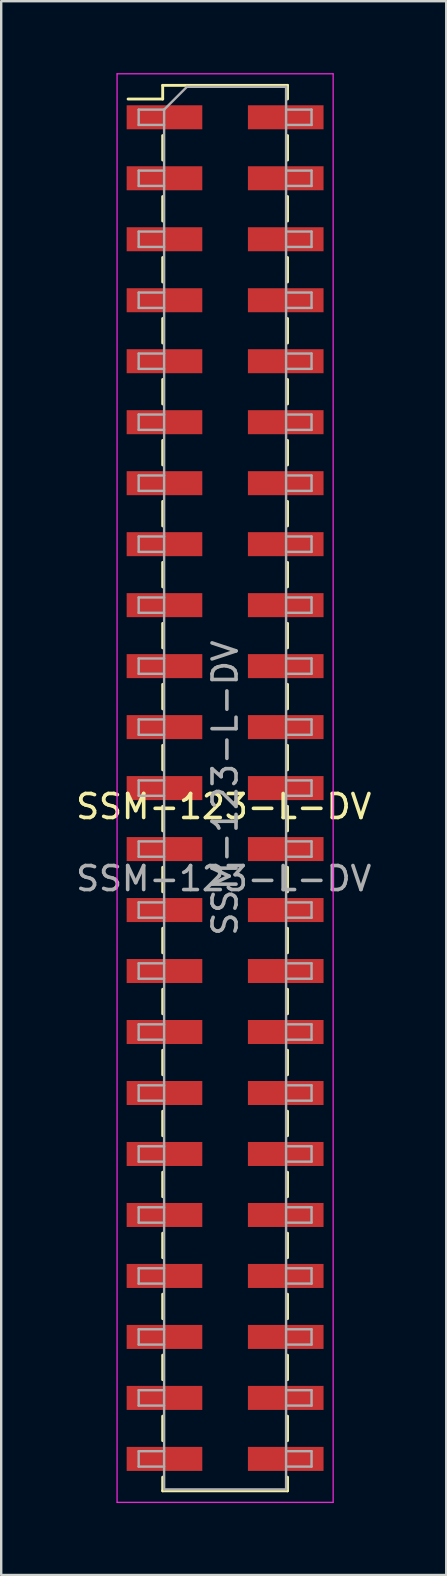
<source format=kicad_pcb>
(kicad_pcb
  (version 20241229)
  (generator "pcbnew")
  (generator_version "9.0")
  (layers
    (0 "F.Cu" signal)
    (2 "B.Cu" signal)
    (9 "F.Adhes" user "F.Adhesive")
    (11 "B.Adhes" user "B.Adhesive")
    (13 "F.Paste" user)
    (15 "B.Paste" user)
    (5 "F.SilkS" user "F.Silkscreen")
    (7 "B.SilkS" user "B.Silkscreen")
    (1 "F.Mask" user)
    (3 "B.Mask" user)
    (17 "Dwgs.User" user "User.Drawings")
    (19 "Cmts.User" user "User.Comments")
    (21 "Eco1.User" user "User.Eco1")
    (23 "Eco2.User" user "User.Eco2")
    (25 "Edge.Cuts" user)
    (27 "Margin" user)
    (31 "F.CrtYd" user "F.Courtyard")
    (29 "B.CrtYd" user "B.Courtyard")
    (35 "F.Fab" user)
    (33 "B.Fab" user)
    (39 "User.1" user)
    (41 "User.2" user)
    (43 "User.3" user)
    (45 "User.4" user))
  (footprint "SSM-123-L-DV"
    (layer "F.Cu")
    (at 6.326 29.775)
    (property "Reference" "SSM-123-L-DV" (at -0.058 0.77 0) (unlocked yes) (layer "F.SilkS") (effects (font (size 1 1) (thickness 0.15))))
    (attr smd)
    (fp_line (start -4.04 -28.7) (end -2.6 -28.7) (stroke (width 0.12) (type solid)) (layer "F.SilkS"))
    (fp_line (start -2.6 -29.27) (end -2.6 -28.7) (stroke (width 0.12) (type solid)) (layer "F.SilkS"))
    (fp_line (start -2.6 -29.27) (end 2.6 -29.27) (stroke (width 0.12) (type solid)) (layer "F.SilkS"))
    (fp_line (start -2.6 -27.18) (end -2.6 -26.16) (stroke (width 0.12) (type solid)) (layer "F.SilkS"))
    (fp_line (start -2.6 -24.64) (end -2.6 -23.62) (stroke (width 0.12) (type solid)) (layer "F.SilkS"))
    (fp_line (start -2.6 -22.1) (end -2.6 -21.08) (stroke (width 0.12) (type solid)) (layer "F.SilkS"))
    (fp_line (start -2.6 -19.56) (end -2.6 -18.54) (stroke (width 0.12) (type solid)) (layer "F.SilkS"))
    (fp_line (start -2.6 -17.02) (end -2.6 -16) (stroke (width 0.12) (type solid)) (layer "F.SilkS"))
    (fp_line (start -2.6 -14.48) (end -2.6 -13.46) (stroke (width 0.12) (type solid)) (layer "F.SilkS"))
    (fp_line (start -2.6 -11.94) (end -2.6 -10.92) (stroke (width 0.12) (type solid)) (layer "F.SilkS"))
    (fp_line (start -2.6 -9.4) (end -2.6 -8.38) (stroke (width 0.12) (type solid)) (layer "F.SilkS"))
    (fp_line (start -2.6 -6.86) (end -2.6 -5.84) (stroke (width 0.12) (type solid)) (layer "F.SilkS"))
    (fp_line (start -2.6 -4.32) (end -2.6 -3.3) (stroke (width 0.12) (type solid)) (layer "F.SilkS"))
    (fp_line (start -2.6 -1.78) (end -2.6 -0.76) (stroke (width 0.12) (type solid)) (layer "F.SilkS"))
    (fp_line (start -2.6 0.76) (end -2.6 1.78) (stroke (width 0.12) (type solid)) (layer "F.SilkS"))
    (fp_line (start -2.6 3.3) (end -2.6 4.32) (stroke (width 0.12) (type solid)) (layer "F.SilkS"))
    (fp_line (start -2.6 5.84) (end -2.6 6.86) (stroke (width 0.12) (type solid)) (layer "F.SilkS"))
    (fp_line (start -2.6 8.38) (end -2.6 9.4) (stroke (width 0.12) (type solid)) (layer "F.SilkS"))
    (fp_line (start -2.6 10.92) (end -2.6 11.94) (stroke (width 0.12) (type solid)) (layer "F.SilkS"))
    (fp_line (start -2.6 13.46) (end -2.6 14.48) (stroke (width 0.12) (type solid)) (layer "F.SilkS"))
    (fp_line (start -2.6 16) (end -2.6 17.02) (stroke (width 0.12) (type solid)) (layer "F.SilkS"))
    (fp_line (start -2.6 18.54) (end -2.6 19.56) (stroke (width 0.12) (type solid)) (layer "F.SilkS"))
    (fp_line (start -2.6 21.08) (end -2.6 22.1) (stroke (width 0.12) (type solid)) (layer "F.SilkS"))
    (fp_line (start -2.6 23.62) (end -2.6 24.64) (stroke (width 0.12) (type solid)) (layer "F.SilkS"))
    (fp_line (start -2.6 26.16) (end -2.6 27.18) (stroke (width 0.12) (type solid)) (layer "F.SilkS"))
    (fp_line (start -2.6 28.7) (end -2.6 29.27) (stroke (width 0.12) (type solid)) (layer "F.SilkS"))
    (fp_line (start -2.6 29.27) (end 2.6 29.27) (stroke (width 0.12) (type solid)) (layer "F.SilkS"))
    (fp_line (start 2.6 -29.27) (end 2.6 -28.7) (stroke (width 0.12) (type solid)) (layer "F.SilkS"))
    (fp_line (start 2.6 -27.18) (end 2.6 -26.16) (stroke (width 0.12) (type solid)) (layer "F.SilkS"))
    (fp_line (start 2.6 -24.64) (end 2.6 -23.62) (stroke (width 0.12) (type solid)) (layer "F.SilkS"))
    (fp_line (start 2.6 -22.1) (end 2.6 -21.08) (stroke (width 0.12) (type solid)) (layer "F.SilkS"))
    (fp_line (start 2.6 -19.56) (end 2.6 -18.54) (stroke (width 0.12) (type solid)) (layer "F.SilkS"))
    (fp_line (start 2.6 -17.02) (end 2.6 -16) (stroke (width 0.12) (type solid)) (layer "F.SilkS"))
    (fp_line (start 2.6 -14.48) (end 2.6 -13.46) (stroke (width 0.12) (type solid)) (layer "F.SilkS"))
    (fp_line (start 2.6 -11.94) (end 2.6 -10.92) (stroke (width 0.12) (type solid)) (layer "F.SilkS"))
    (fp_line (start 2.6 -9.4) (end 2.6 -8.38) (stroke (width 0.12) (type solid)) (layer "F.SilkS"))
    (fp_line (start 2.6 -6.86) (end 2.6 -5.84) (stroke (width 0.12) (type solid)) (layer "F.SilkS"))
    (fp_line (start 2.6 -4.32) (end 2.6 -3.3) (stroke (width 0.12) (type solid)) (layer "F.SilkS"))
    (fp_line (start 2.6 -1.78) (end 2.6 -0.76) (stroke (width 0.12) (type solid)) (layer "F.SilkS"))
    (fp_line (start 2.6 0.76) (end 2.6 1.78) (stroke (width 0.12) (type solid)) (layer "F.SilkS"))
    (fp_line (start 2.6 3.3) (end 2.6 4.32) (stroke (width 0.12) (type solid)) (layer "F.SilkS"))
    (fp_line (start 2.6 5.84) (end 2.6 6.86) (stroke (width 0.12) (type solid)) (layer "F.SilkS"))
    (fp_line (start 2.6 8.38) (end 2.6 9.4) (stroke (width 0.12) (type solid)) (layer "F.SilkS"))
    (fp_line (start 2.6 10.92) (end 2.6 11.94) (stroke (width 0.12) (type solid)) (layer "F.SilkS"))
    (fp_line (start 2.6 13.46) (end 2.6 14.48) (stroke (width 0.12) (type solid)) (layer "F.SilkS"))
    (fp_line (start 2.6 16) (end 2.6 17.02) (stroke (width 0.12) (type solid)) (layer "F.SilkS"))
    (fp_line (start 2.6 18.54) (end 2.6 19.56) (stroke (width 0.12) (type solid)) (layer "F.SilkS"))
    (fp_line (start 2.6 21.08) (end 2.6 22.1) (stroke (width 0.12) (type solid)) (layer "F.SilkS"))
    (fp_line (start 2.6 23.62) (end 2.6 24.64) (stroke (width 0.12) (type solid)) (layer "F.SilkS"))
    (fp_line (start 2.6 26.16) (end 2.6 27.18) (stroke (width 0.12) (type solid)) (layer "F.SilkS"))
    (fp_line (start 2.6 28.7) (end 2.6 29.27) (stroke (width 0.12) (type solid)) (layer "F.SilkS"))
    (fp_line (start -4.5 -29.75) (end -4.5 29.75) (stroke (width 0.05) (type solid)) (layer "F.CrtYd"))
    (fp_line (start -4.5 29.75) (end 4.5 29.75) (stroke (width 0.05) (type solid)) (layer "F.CrtYd"))
    (fp_line (start 4.5 -29.75) (end -4.5 -29.75) (stroke (width 0.05) (type solid)) (layer "F.CrtYd"))
    (fp_line (start 4.5 29.75) (end 4.5 -29.75) (stroke (width 0.05) (type solid)) (layer "F.CrtYd"))
    (fp_line (start -3.6 -28.26) (end -3.6 -27.62) (stroke (width 0.1) (type solid)) (layer "F.Fab"))
    (fp_line (start -3.6 -27.62) (end -2.54 -27.62) (stroke (width 0.1) (type solid)) (layer "F.Fab"))
    (fp_line (start -3.6 -25.72) (end -3.6 -25.08) (stroke (width 0.1) (type solid)) (layer "F.Fab"))
    (fp_line (start -3.6 -25.08) (end -2.54 -25.08) (stroke (width 0.1) (type solid)) (layer "F.Fab"))
    (fp_line (start -3.6 -23.18) (end -3.6 -22.54) (stroke (width 0.1) (type solid)) (layer "F.Fab"))
    (fp_line (start -3.6 -22.54) (end -2.54 -22.54) (stroke (width 0.1) (type solid)) (layer "F.Fab"))
    (fp_line (start -3.6 -20.64) (end -3.6 -20) (stroke (width 0.1) (type solid)) (layer "F.Fab"))
    (fp_line (start -3.6 -20) (end -2.54 -20) (stroke (width 0.1) (type solid)) (layer "F.Fab"))
    (fp_line (start -3.6 -18.1) (end -3.6 -17.46) (stroke (width 0.1) (type solid)) (layer "F.Fab"))
    (fp_line (start -3.6 -17.46) (end -2.54 -17.46) (stroke (width 0.1) (type solid)) (layer "F.Fab"))
    (fp_line (start -3.6 -15.56) (end -3.6 -14.92) (stroke (width 0.1) (type solid)) (layer "F.Fab"))
    (fp_line (start -3.6 -14.92) (end -2.54 -14.92) (stroke (width 0.1) (type solid)) (layer "F.Fab"))
    (fp_line (start -3.6 -13.02) (end -3.6 -12.38) (stroke (width 0.1) (type solid)) (layer "F.Fab"))
    (fp_line (start -3.6 -12.38) (end -2.54 -12.38) (stroke (width 0.1) (type solid)) (layer "F.Fab"))
    (fp_line (start -3.6 -10.48) (end -3.6 -9.84) (stroke (width 0.1) (type solid)) (layer "F.Fab"))
    (fp_line (start -3.6 -9.84) (end -2.54 -9.84) (stroke (width 0.1) (type solid)) (layer "F.Fab"))
    (fp_line (start -3.6 -7.94) (end -3.6 -7.3) (stroke (width 0.1) (type solid)) (layer "F.Fab"))
    (fp_line (start -3.6 -7.3) (end -2.54 -7.3) (stroke (width 0.1) (type solid)) (layer "F.Fab"))
    (fp_line (start -3.6 -5.4) (end -3.6 -4.76) (stroke (width 0.1) (type solid)) (layer "F.Fab"))
    (fp_line (start -3.6 -4.76) (end -2.54 -4.76) (stroke (width 0.1) (type solid)) (layer "F.Fab"))
    (fp_line (start -3.6 -2.86) (end -3.6 -2.22) (stroke (width 0.1) (type solid)) (layer "F.Fab"))
    (fp_line (start -3.6 -2.22) (end -2.54 -2.22) (stroke (width 0.1) (type solid)) (layer "F.Fab"))
    (fp_line (start -3.6 -0.32) (end -3.6 0.32) (stroke (width 0.1) (type solid)) (layer "F.Fab"))
    (fp_line (start -3.6 0.32) (end -2.54 0.32) (stroke (width 0.1) (type solid)) (layer "F.Fab"))
    (fp_line (start -3.6 2.22) (end -3.6 2.86) (stroke (width 0.1) (type solid)) (layer "F.Fab"))
    (fp_line (start -3.6 2.86) (end -2.54 2.86) (stroke (width 0.1) (type solid)) (layer "F.Fab"))
    (fp_line (start -3.6 4.76) (end -3.6 5.4) (stroke (width 0.1) (type solid)) (layer "F.Fab"))
    (fp_line (start -3.6 5.4) (end -2.54 5.4) (stroke (width 0.1) (type solid)) (layer "F.Fab"))
    (fp_line (start -3.6 7.3) (end -3.6 7.94) (stroke (width 0.1) (type solid)) (layer "F.Fab"))
    (fp_line (start -3.6 7.94) (end -2.54 7.94) (stroke (width 0.1) (type solid)) (layer "F.Fab"))
    (fp_line (start -3.6 9.84) (end -3.6 10.48) (stroke (width 0.1) (type solid)) (layer "F.Fab"))
    (fp_line (start -3.6 10.48) (end -2.54 10.48) (stroke (width 0.1) (type solid)) (layer "F.Fab"))
    (fp_line (start -3.6 12.38) (end -3.6 13.02) (stroke (width 0.1) (type solid)) (layer "F.Fab"))
    (fp_line (start -3.6 13.02) (end -2.54 13.02) (stroke (width 0.1) (type solid)) (layer "F.Fab"))
    (fp_line (start -3.6 14.92) (end -3.6 15.56) (stroke (width 0.1) (type solid)) (layer "F.Fab"))
    (fp_line (start -3.6 15.56) (end -2.54 15.56) (stroke (width 0.1) (type solid)) (layer "F.Fab"))
    (fp_line (start -3.6 17.46) (end -3.6 18.1) (stroke (width 0.1) (type solid)) (layer "F.Fab"))
    (fp_line (start -3.6 18.1) (end -2.54 18.1) (stroke (width 0.1) (type solid)) (layer "F.Fab"))
    (fp_line (start -3.6 20) (end -3.6 20.64) (stroke (width 0.1) (type solid)) (layer "F.Fab"))
    (fp_line (start -3.6 20.64) (end -2.54 20.64) (stroke (width 0.1) (type solid)) (layer "F.Fab"))
    (fp_line (start -3.6 22.54) (end -3.6 23.18) (stroke (width 0.1) (type solid)) (layer "F.Fab"))
    (fp_line (start -3.6 23.18) (end -2.54 23.18) (stroke (width 0.1) (type solid)) (layer "F.Fab"))
    (fp_line (start -3.6 25.08) (end -3.6 25.72) (stroke (width 0.1) (type solid)) (layer "F.Fab"))
    (fp_line (start -3.6 25.72) (end -2.54 25.72) (stroke (width 0.1) (type solid)) (layer "F.Fab"))
    (fp_line (start -3.6 27.62) (end -3.6 28.26) (stroke (width 0.1) (type solid)) (layer "F.Fab"))
    (fp_line (start -3.6 28.26) (end -2.54 28.26) (stroke (width 0.1) (type solid)) (layer "F.Fab"))
    (fp_line (start -2.54 -28.26) (end -3.6 -28.26) (stroke (width 0.1) (type solid)) (layer "F.Fab"))
    (fp_line (start -2.54 -28.26) (end -1.59 -29.21) (stroke (width 0.1) (type solid)) (layer "F.Fab"))
    (fp_line (start -2.54 -25.72) (end -3.6 -25.72) (stroke (width 0.1) (type solid)) (layer "F.Fab"))
    (fp_line (start -2.54 -23.18) (end -3.6 -23.18) (stroke (width 0.1) (type solid)) (layer "F.Fab"))
    (fp_line (start -2.54 -20.64) (end -3.6 -20.64) (stroke (width 0.1) (type solid)) (layer "F.Fab"))
    (fp_line (start -2.54 -18.1) (end -3.6 -18.1) (stroke (width 0.1) (type solid)) (layer "F.Fab"))
    (fp_line (start -2.54 -15.56) (end -3.6 -15.56) (stroke (width 0.1) (type solid)) (layer "F.Fab"))
    (fp_line (start -2.54 -13.02) (end -3.6 -13.02) (stroke (width 0.1) (type solid)) (layer "F.Fab"))
    (fp_line (start -2.54 -10.48) (end -3.6 -10.48) (stroke (width 0.1) (type solid)) (layer "F.Fab"))
    (fp_line (start -2.54 -7.94) (end -3.6 -7.94) (stroke (width 0.1) (type solid)) (layer "F.Fab"))
    (fp_line (start -2.54 -5.4) (end -3.6 -5.4) (stroke (width 0.1) (type solid)) (layer "F.Fab"))
    (fp_line (start -2.54 -2.86) (end -3.6 -2.86) (stroke (width 0.1) (type solid)) (layer "F.Fab"))
    (fp_line (start -2.54 -0.32) (end -3.6 -0.32) (stroke (width 0.1) (type solid)) (layer "F.Fab"))
    (fp_line (start -2.54 2.22) (end -3.6 2.22) (stroke (width 0.1) (type solid)) (layer "F.Fab"))
    (fp_line (start -2.54 4.76) (end -3.6 4.76) (stroke (width 0.1) (type solid)) (layer "F.Fab"))
    (fp_line (start -2.54 7.3) (end -3.6 7.3) (stroke (width 0.1) (type solid)) (layer "F.Fab"))
    (fp_line (start -2.54 9.84) (end -3.6 9.84) (stroke (width 0.1) (type solid)) (layer "F.Fab"))
    (fp_line (start -2.54 12.38) (end -3.6 12.38) (stroke (width 0.1) (type solid)) (layer "F.Fab"))
    (fp_line (start -2.54 14.92) (end -3.6 14.92) (stroke (width 0.1) (type solid)) (layer "F.Fab"))
    (fp_line (start -2.54 17.46) (end -3.6 17.46) (stroke (width 0.1) (type solid)) (layer "F.Fab"))
    (fp_line (start -2.54 20) (end -3.6 20) (stroke (width 0.1) (type solid)) (layer "F.Fab"))
    (fp_line (start -2.54 22.54) (end -3.6 22.54) (stroke (width 0.1) (type solid)) (layer "F.Fab"))
    (fp_line (start -2.54 25.08) (end -3.6 25.08) (stroke (width 0.1) (type solid)) (layer "F.Fab"))
    (fp_line (start -2.54 27.62) (end -3.6 27.62) (stroke (width 0.1) (type solid)) (layer "F.Fab"))
    (fp_line (start -2.54 29.21) (end -2.54 -28.26) (stroke (width 0.1) (type solid)) (layer "F.Fab"))
    (fp_line (start -1.59 -29.21) (end 2.54 -29.21) (stroke (width 0.1) (type solid)) (layer "F.Fab"))
    (fp_line (start 2.54 -29.21) (end 2.54 29.21) (stroke (width 0.1) (type solid)) (layer "F.Fab"))
    (fp_line (start 2.54 -28.26) (end 3.6 -28.26) (stroke (width 0.1) (type solid)) (layer "F.Fab"))
    (fp_line (start 2.54 -25.72) (end 3.6 -25.72) (stroke (width 0.1) (type solid)) (layer "F.Fab"))
    (fp_line (start 2.54 -23.18) (end 3.6 -23.18) (stroke (width 0.1) (type solid)) (layer "F.Fab"))
    (fp_line (start 2.54 -20.64) (end 3.6 -20.64) (stroke (width 0.1) (type solid)) (layer "F.Fab"))
    (fp_line (start 2.54 -18.1) (end 3.6 -18.1) (stroke (width 0.1) (type solid)) (layer "F.Fab"))
    (fp_line (start 2.54 -15.56) (end 3.6 -15.56) (stroke (width 0.1) (type solid)) (layer "F.Fab"))
    (fp_line (start 2.54 -13.02) (end 3.6 -13.02) (stroke (width 0.1) (type solid)) (layer "F.Fab"))
    (fp_line (start 2.54 -10.48) (end 3.6 -10.48) (stroke (width 0.1) (type solid)) (layer "F.Fab"))
    (fp_line (start 2.54 -7.94) (end 3.6 -7.94) (stroke (width 0.1) (type solid)) (layer "F.Fab"))
    (fp_line (start 2.54 -5.4) (end 3.6 -5.4) (stroke (width 0.1) (type solid)) (layer "F.Fab"))
    (fp_line (start 2.54 -2.86) (end 3.6 -2.86) (stroke (width 0.1) (type solid)) (layer "F.Fab"))
    (fp_line (start 2.54 -0.32) (end 3.6 -0.32) (stroke (width 0.1) (type solid)) (layer "F.Fab"))
    (fp_line (start 2.54 2.22) (end 3.6 2.22) (stroke (width 0.1) (type solid)) (layer "F.Fab"))
    (fp_line (start 2.54 4.76) (end 3.6 4.76) (stroke (width 0.1) (type solid)) (layer "F.Fab"))
    (fp_line (start 2.54 7.3) (end 3.6 7.3) (stroke (width 0.1) (type solid)) (layer "F.Fab"))
    (fp_line (start 2.54 9.84) (end 3.6 9.84) (stroke (width 0.1) (type solid)) (layer "F.Fab"))
    (fp_line (start 2.54 12.38) (end 3.6 12.38) (stroke (width 0.1) (type solid)) (layer "F.Fab"))
    (fp_line (start 2.54 14.92) (end 3.6 14.92) (stroke (width 0.1) (type solid)) (layer "F.Fab"))
    (fp_line (start 2.54 17.46) (end 3.6 17.46) (stroke (width 0.1) (type solid)) (layer "F.Fab"))
    (fp_line (start 2.54 20) (end 3.6 20) (stroke (width 0.1) (type solid)) (layer "F.Fab"))
    (fp_line (start 2.54 22.54) (end 3.6 22.54) (stroke (width 0.1) (type solid)) (layer "F.Fab"))
    (fp_line (start 2.54 25.08) (end 3.6 25.08) (stroke (width 0.1) (type solid)) (layer "F.Fab"))
    (fp_line (start 2.54 27.62) (end 3.6 27.62) (stroke (width 0.1) (type solid)) (layer "F.Fab"))
    (fp_line (start 2.54 29.21) (end -2.54 29.21) (stroke (width 0.1) (type solid)) (layer "F.Fab"))
    (fp_line (start 3.6 -28.26) (end 3.6 -27.62) (stroke (width 0.1) (type solid)) (layer "F.Fab"))
    (fp_line (start 3.6 -27.62) (end 2.54 -27.62) (stroke (width 0.1) (type solid)) (layer "F.Fab"))
    (fp_line (start 3.6 -25.72) (end 3.6 -25.08) (stroke (width 0.1) (type solid)) (layer "F.Fab"))
    (fp_line (start 3.6 -25.08) (end 2.54 -25.08) (stroke (width 0.1) (type solid)) (layer "F.Fab"))
    (fp_line (start 3.6 -23.18) (end 3.6 -22.54) (stroke (width 0.1) (type solid)) (layer "F.Fab"))
    (fp_line (start 3.6 -22.54) (end 2.54 -22.54) (stroke (width 0.1) (type solid)) (layer "F.Fab"))
    (fp_line (start 3.6 -20.64) (end 3.6 -20) (stroke (width 0.1) (type solid)) (layer "F.Fab"))
    (fp_line (start 3.6 -20) (end 2.54 -20) (stroke (width 0.1) (type solid)) (layer "F.Fab"))
    (fp_line (start 3.6 -18.1) (end 3.6 -17.46) (stroke (width 0.1) (type solid)) (layer "F.Fab"))
    (fp_line (start 3.6 -17.46) (end 2.54 -17.46) (stroke (width 0.1) (type solid)) (layer "F.Fab"))
    (fp_line (start 3.6 -15.56) (end 3.6 -14.92) (stroke (width 0.1) (type solid)) (layer "F.Fab"))
    (fp_line (start 3.6 -14.92) (end 2.54 -14.92) (stroke (width 0.1) (type solid)) (layer "F.Fab"))
    (fp_line (start 3.6 -13.02) (end 3.6 -12.38) (stroke (width 0.1) (type solid)) (layer "F.Fab"))
    (fp_line (start 3.6 -12.38) (end 2.54 -12.38) (stroke (width 0.1) (type solid)) (layer "F.Fab"))
    (fp_line (start 3.6 -10.48) (end 3.6 -9.84) (stroke (width 0.1) (type solid)) (layer "F.Fab"))
    (fp_line (start 3.6 -9.84) (end 2.54 -9.84) (stroke (width 0.1) (type solid)) (layer "F.Fab"))
    (fp_line (start 3.6 -7.94) (end 3.6 -7.3) (stroke (width 0.1) (type solid)) (layer "F.Fab"))
    (fp_line (start 3.6 -7.3) (end 2.54 -7.3) (stroke (width 0.1) (type solid)) (layer "F.Fab"))
    (fp_line (start 3.6 -5.4) (end 3.6 -4.76) (stroke (width 0.1) (type solid)) (layer "F.Fab"))
    (fp_line (start 3.6 -4.76) (end 2.54 -4.76) (stroke (width 0.1) (type solid)) (layer "F.Fab"))
    (fp_line (start 3.6 -2.86) (end 3.6 -2.22) (stroke (width 0.1) (type solid)) (layer "F.Fab"))
    (fp_line (start 3.6 -2.22) (end 2.54 -2.22) (stroke (width 0.1) (type solid)) (layer "F.Fab"))
    (fp_line (start 3.6 -0.32) (end 3.6 0.32) (stroke (width 0.1) (type solid)) (layer "F.Fab"))
    (fp_line (start 3.6 0.32) (end 2.54 0.32) (stroke (width 0.1) (type solid)) (layer "F.Fab"))
    (fp_line (start 3.6 2.22) (end 3.6 2.86) (stroke (width 0.1) (type solid)) (layer "F.Fab"))
    (fp_line (start 3.6 2.86) (end 2.54 2.86) (stroke (width 0.1) (type solid)) (layer "F.Fab"))
    (fp_line (start 3.6 4.76) (end 3.6 5.4) (stroke (width 0.1) (type solid)) (layer "F.Fab"))
    (fp_line (start 3.6 5.4) (end 2.54 5.4) (stroke (width 0.1) (type solid)) (layer "F.Fab"))
    (fp_line (start 3.6 7.3) (end 3.6 7.94) (stroke (width 0.1) (type solid)) (layer "F.Fab"))
    (fp_line (start 3.6 7.94) (end 2.54 7.94) (stroke (width 0.1) (type solid)) (layer "F.Fab"))
    (fp_line (start 3.6 9.84) (end 3.6 10.48) (stroke (width 0.1) (type solid)) (layer "F.Fab"))
    (fp_line (start 3.6 10.48) (end 2.54 10.48) (stroke (width 0.1) (type solid)) (layer "F.Fab"))
    (fp_line (start 3.6 12.38) (end 3.6 13.02) (stroke (width 0.1) (type solid)) (layer "F.Fab"))
    (fp_line (start 3.6 13.02) (end 2.54 13.02) (stroke (width 0.1) (type solid)) (layer "F.Fab"))
    (fp_line (start 3.6 14.92) (end 3.6 15.56) (stroke (width 0.1) (type solid)) (layer "F.Fab"))
    (fp_line (start 3.6 15.56) (end 2.54 15.56) (stroke (width 0.1) (type solid)) (layer "F.Fab"))
    (fp_line (start 3.6 17.46) (end 3.6 18.1) (stroke (width 0.1) (type solid)) (layer "F.Fab"))
    (fp_line (start 3.6 18.1) (end 2.54 18.1) (stroke (width 0.1) (type solid)) (layer "F.Fab"))
    (fp_line (start 3.6 20) (end 3.6 20.64) (stroke (width 0.1) (type solid)) (layer "F.Fab"))
    (fp_line (start 3.6 20.64) (end 2.54 20.64) (stroke (width 0.1) (type solid)) (layer "F.Fab"))
    (fp_line (start 3.6 22.54) (end 3.6 23.18) (stroke (width 0.1) (type solid)) (layer "F.Fab"))
    (fp_line (start 3.6 23.18) (end 2.54 23.18) (stroke (width 0.1) (type solid)) (layer "F.Fab"))
    (fp_line (start 3.6 25.08) (end 3.6 25.72) (stroke (width 0.1) (type solid)) (layer "F.Fab"))
    (fp_line (start 3.6 25.72) (end 2.54 25.72) (stroke (width 0.1) (type solid)) (layer "F.Fab"))
    (fp_line (start 3.6 27.62) (end 3.6 28.26) (stroke (width 0.1) (type solid)) (layer "F.Fab"))
    (fp_line (start 3.6 28.26) (end 2.54 28.26) (stroke (width 0.1) (type solid)) (layer "F.Fab"))
    (fp_text user "${REFERENCE}" (at -0.058 3.77 0) (unlocked yes) (layer "F.Fab") (effects (font (size 1 1) (thickness 0.15))))
    (fp_text user "${REFERENCE}" (at 0 0 90) (layer "F.Fab") (effects (font (size 1 1) (thickness 0.15))))
    (pad "1" smd rect (at -2.525 -27.94) (size 3.15 1) (layers "F.Cu" "F.Mask" "F.Paste"))
    (pad "2" smd rect (at 2.525 -27.94) (size 3.15 1) (layers "F.Cu" "F.Mask" "F.Paste"))
    (pad "3" smd rect (at -2.525 -25.4) (size 3.15 1) (layers "F.Cu" "F.Mask" "F.Paste"))
    (pad "4" smd rect (at 2.525 -25.4) (size 3.15 1) (layers "F.Cu" "F.Mask" "F.Paste"))
    (pad "5" smd rect (at -2.525 -22.86) (size 3.15 1) (layers "F.Cu" "F.Mask" "F.Paste"))
    (pad "6" smd rect (at 2.525 -22.86) (size 3.15 1) (layers "F.Cu" "F.Mask" "F.Paste"))
    (pad "7" smd rect (at -2.525 -20.32) (size 3.15 1) (layers "F.Cu" "F.Mask" "F.Paste"))
    (pad "8" smd rect (at 2.525 -20.32) (size 3.15 1) (layers "F.Cu" "F.Mask" "F.Paste"))
    (pad "9" smd rect (at -2.525 -17.78) (size 3.15 1) (layers "F.Cu" "F.Mask" "F.Paste"))
    (pad "10" smd rect (at 2.525 -17.78) (size 3.15 1) (layers "F.Cu" "F.Mask" "F.Paste"))
    (pad "11" smd rect (at -2.525 -15.24) (size 3.15 1) (layers "F.Cu" "F.Mask" "F.Paste"))
    (pad "12" smd rect (at 2.525 -15.24) (size 3.15 1) (layers "F.Cu" "F.Mask" "F.Paste"))
    (pad "13" smd rect (at -2.525 -12.7) (size 3.15 1) (layers "F.Cu" "F.Mask" "F.Paste"))
    (pad "14" smd rect (at 2.525 -12.7) (size 3.15 1) (layers "F.Cu" "F.Mask" "F.Paste"))
    (pad "15" smd rect (at -2.525 -10.16) (size 3.15 1) (layers "F.Cu" "F.Mask" "F.Paste"))
    (pad "16" smd rect (at 2.525 -10.16) (size 3.15 1) (layers "F.Cu" "F.Mask" "F.Paste"))
    (pad "17" smd rect (at -2.525 -7.62) (size 3.15 1) (layers "F.Cu" "F.Mask" "F.Paste"))
    (pad "18" smd rect (at 2.525 -7.62) (size 3.15 1) (layers "F.Cu" "F.Mask" "F.Paste"))
    (pad "19" smd rect (at -2.525 -5.08) (size 3.15 1) (layers "F.Cu" "F.Mask" "F.Paste"))
    (pad "20" smd rect (at 2.525 -5.08) (size 3.15 1) (layers "F.Cu" "F.Mask" "F.Paste"))
    (pad "21" smd rect (at -2.525 -2.54) (size 3.15 1) (layers "F.Cu" "F.Mask" "F.Paste"))
    (pad "22" smd rect (at 2.525 -2.54) (size 3.15 1) (layers "F.Cu" "F.Mask" "F.Paste"))
    (pad "23" smd rect (at -2.525 0) (size 3.15 1) (layers "F.Cu" "F.Mask" "F.Paste"))
    (pad "24" smd rect (at 2.525 0) (size 3.15 1) (layers "F.Cu" "F.Mask" "F.Paste"))
    (pad "25" smd rect (at -2.525 2.54) (size 3.15 1) (layers "F.Cu" "F.Mask" "F.Paste"))
    (pad "26" smd rect (at 2.525 2.54) (size 3.15 1) (layers "F.Cu" "F.Mask" "F.Paste"))
    (pad "27" smd rect (at -2.525 5.08) (size 3.15 1) (layers "F.Cu" "F.Mask" "F.Paste"))
    (pad "28" smd rect (at 2.525 5.08) (size 3.15 1) (layers "F.Cu" "F.Mask" "F.Paste"))
    (pad "29" smd rect (at -2.525 7.62) (size 3.15 1) (layers "F.Cu" "F.Mask" "F.Paste"))
    (pad "30" smd rect (at 2.525 7.62) (size 3.15 1) (layers "F.Cu" "F.Mask" "F.Paste"))
    (pad "31" smd rect (at -2.525 10.16) (size 3.15 1) (layers "F.Cu" "F.Mask" "F.Paste"))
    (pad "32" smd rect (at 2.525 10.16) (size 3.15 1) (layers "F.Cu" "F.Mask" "F.Paste"))
    (pad "33" smd rect (at -2.525 12.7) (size 3.15 1) (layers "F.Cu" "F.Mask" "F.Paste"))
    (pad "34" smd rect (at 2.525 12.7) (size 3.15 1) (layers "F.Cu" "F.Mask" "F.Paste"))
    (pad "35" smd rect (at -2.525 15.24) (size 3.15 1) (layers "F.Cu" "F.Mask" "F.Paste"))
    (pad "36" smd rect (at 2.525 15.24) (size 3.15 1) (layers "F.Cu" "F.Mask" "F.Paste"))
    (pad "37" smd rect (at -2.525 17.78) (size 3.15 1) (layers "F.Cu" "F.Mask" "F.Paste"))
    (pad "38" smd rect (at 2.525 17.78) (size 3.15 1) (layers "F.Cu" "F.Mask" "F.Paste"))
    (pad "39" smd rect (at -2.525 20.32) (size 3.15 1) (layers "F.Cu" "F.Mask" "F.Paste"))
    (pad "40" smd rect (at 2.525 20.32) (size 3.15 1) (layers "F.Cu" "F.Mask" "F.Paste"))
    (pad "41" smd rect (at -2.525 22.86) (size 3.15 1) (layers "F.Cu" "F.Mask" "F.Paste"))
    (pad "42" smd rect (at 2.525 22.86) (size 3.15 1) (layers "F.Cu" "F.Mask" "F.Paste"))
    (pad "43" smd rect (at -2.525 25.4) (size 3.15 1) (layers "F.Cu" "F.Mask" "F.Paste"))
    (pad "44" smd rect (at 2.525 25.4) (size 3.15 1) (layers "F.Cu" "F.Mask" "F.Paste"))
    (pad "45" smd rect (at -2.525 27.94) (size 3.15 1) (layers "F.Cu" "F.Mask" "F.Paste"))
    (pad "46" smd rect (at 2.525 27.94) (size 3.15 1) (layers "F.Cu" "F.Mask" "F.Paste")))
  (gr_rect
    (start -3 -3)
    (end 15.536 62.55)
    (stroke (width 0.1) (type default))
    (fill no)
    (layer "Edge.Cuts")))
</source>
